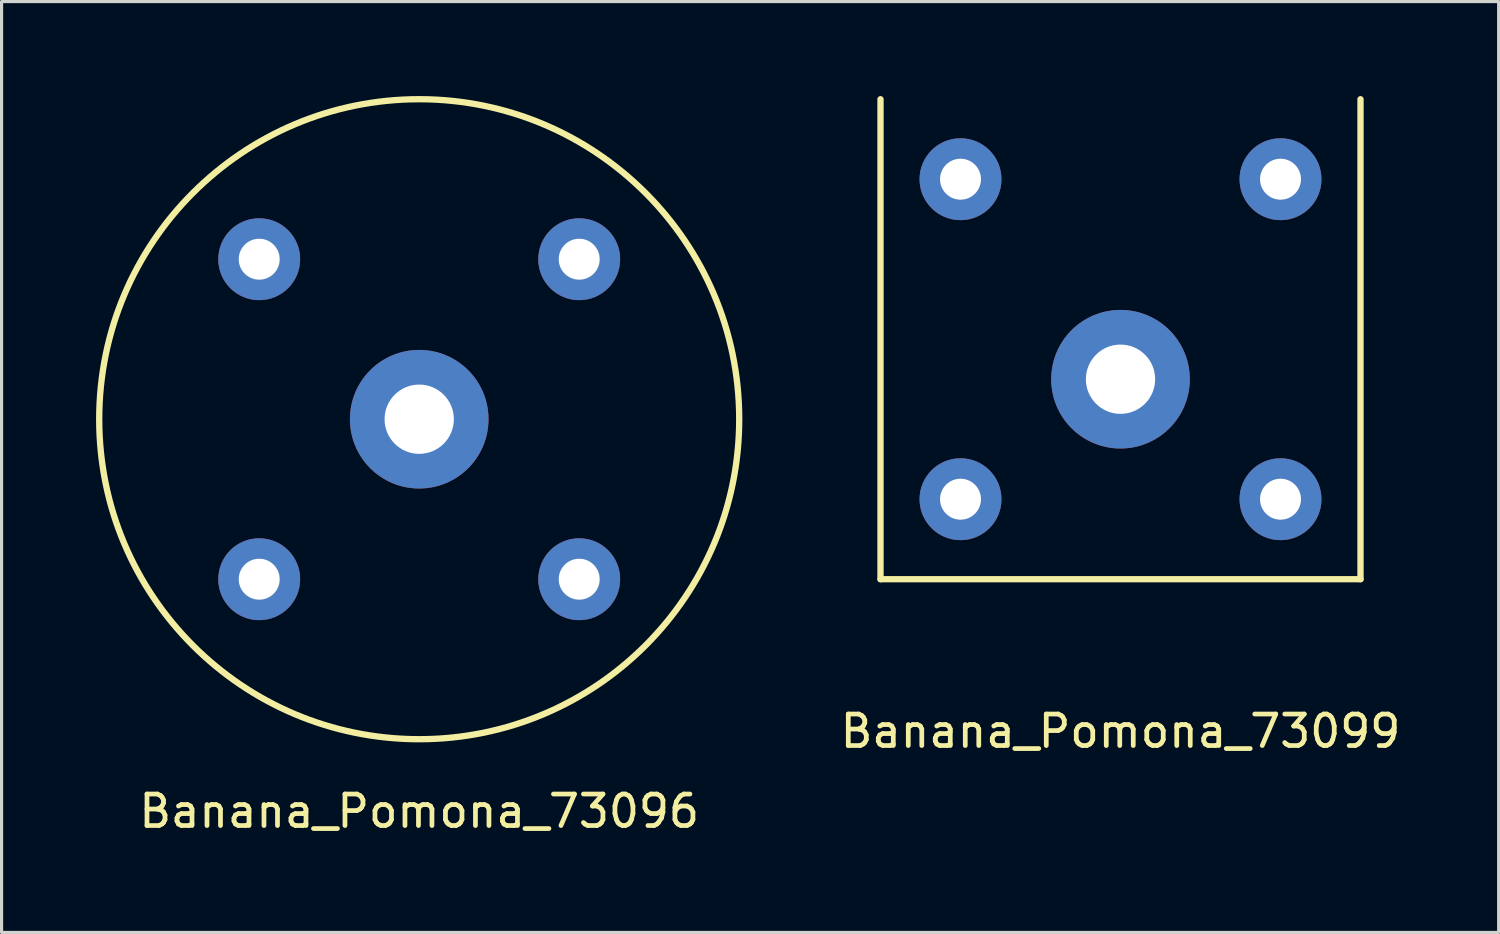
<source format=kicad_pcb>
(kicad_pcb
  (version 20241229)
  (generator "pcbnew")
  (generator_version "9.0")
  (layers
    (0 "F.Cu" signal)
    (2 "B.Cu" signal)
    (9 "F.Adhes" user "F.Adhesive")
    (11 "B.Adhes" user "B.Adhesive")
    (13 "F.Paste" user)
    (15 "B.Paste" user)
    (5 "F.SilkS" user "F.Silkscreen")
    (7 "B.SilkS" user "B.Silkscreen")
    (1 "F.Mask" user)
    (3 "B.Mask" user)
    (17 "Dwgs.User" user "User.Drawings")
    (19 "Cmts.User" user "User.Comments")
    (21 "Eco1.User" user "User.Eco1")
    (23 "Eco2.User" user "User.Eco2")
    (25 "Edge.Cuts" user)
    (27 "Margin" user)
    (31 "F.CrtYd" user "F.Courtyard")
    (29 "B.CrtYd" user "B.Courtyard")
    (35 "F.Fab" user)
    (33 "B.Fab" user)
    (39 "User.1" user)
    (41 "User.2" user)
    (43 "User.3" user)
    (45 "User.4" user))
  (footprint "Banana_Pomona_73096"
    (layer "F.Cu")
    (at 10.26 10.26)
    (property "Reference" "Banana_Pomona_73096" (at 0 12.446 0) (layer "F.SilkS") (effects (font (size 1 1) (thickness 0.15))))
    (attr through_hole)
    (fp_circle (center 0 0) (end 10.16 0) (stroke (width 0.2) (type solid)) (fill no) (layer "F.SilkS"))
    (pad "" thru_hole circle (at -5.08 -5.08) (size 2.6 2.6) (drill 1.3) (layers "*.Cu" "*.Mask"))
    (pad "" thru_hole circle (at -5.08 5.08) (size 2.6 2.6) (drill 1.3) (layers "*.Cu" "*.Mask"))
    (pad "" thru_hole circle (at 5.08 -5.08) (size 2.6 2.6) (drill 1.3) (layers "*.Cu" "*.Mask"))
    (pad "" thru_hole circle (at 5.08 5.08) (size 2.6 2.6) (drill 1.3) (layers "*.Cu" "*.Mask"))
    (pad "1" thru_hole circle (at 0 0) (size 4.4 4.4) (drill 2.2) (layers "*.Cu" "*.Mask")))
  (footprint "Banana_Pomona_73099"
    (layer "F.Cu")
    (at 32.526 7.72)
    (property "Reference" "Banana_Pomona_73099" (at 0 12.446 0) (layer "F.SilkS") (effects (font (size 1 1) (thickness 0.15))))
    (attr through_hole)
    (fp_line (start -7.62 -7.62) (end -7.62 7.62) (stroke (width 0.2) (type solid)) (layer "F.SilkS"))
    (fp_line (start -7.62 7.62) (end 7.62 7.62) (stroke (width 0.2) (type solid)) (layer "F.SilkS"))
    (fp_line (start 7.62 7.62) (end 7.62 -7.62) (stroke (width 0.2) (type solid)) (layer "F.SilkS"))
    (pad "" thru_hole circle (at -5.08 -5.08) (size 2.6 2.6) (drill 1.3) (layers "*.Cu" "*.Mask"))
    (pad "" thru_hole circle (at -5.08 5.08) (size 2.6 2.6) (drill 1.3) (layers "*.Cu" "*.Mask"))
    (pad "" thru_hole circle (at 5.08 -5.08) (size 2.6 2.6) (drill 1.3) (layers "*.Cu" "*.Mask"))
    (pad "" thru_hole circle (at 5.08 5.08) (size 2.6 2.6) (drill 1.3) (layers "*.Cu" "*.Mask"))
    (pad "1" thru_hole circle (at 0 1.27) (size 4.4 4.4) (drill 2.2) (layers "*.Cu" "*.Mask")))
  (gr_rect
    (start -3 -3)
    (end 44.532 26.554)
    (stroke (width 0.1) (type default))
    (fill no)
    (layer "Edge.Cuts")))
</source>
